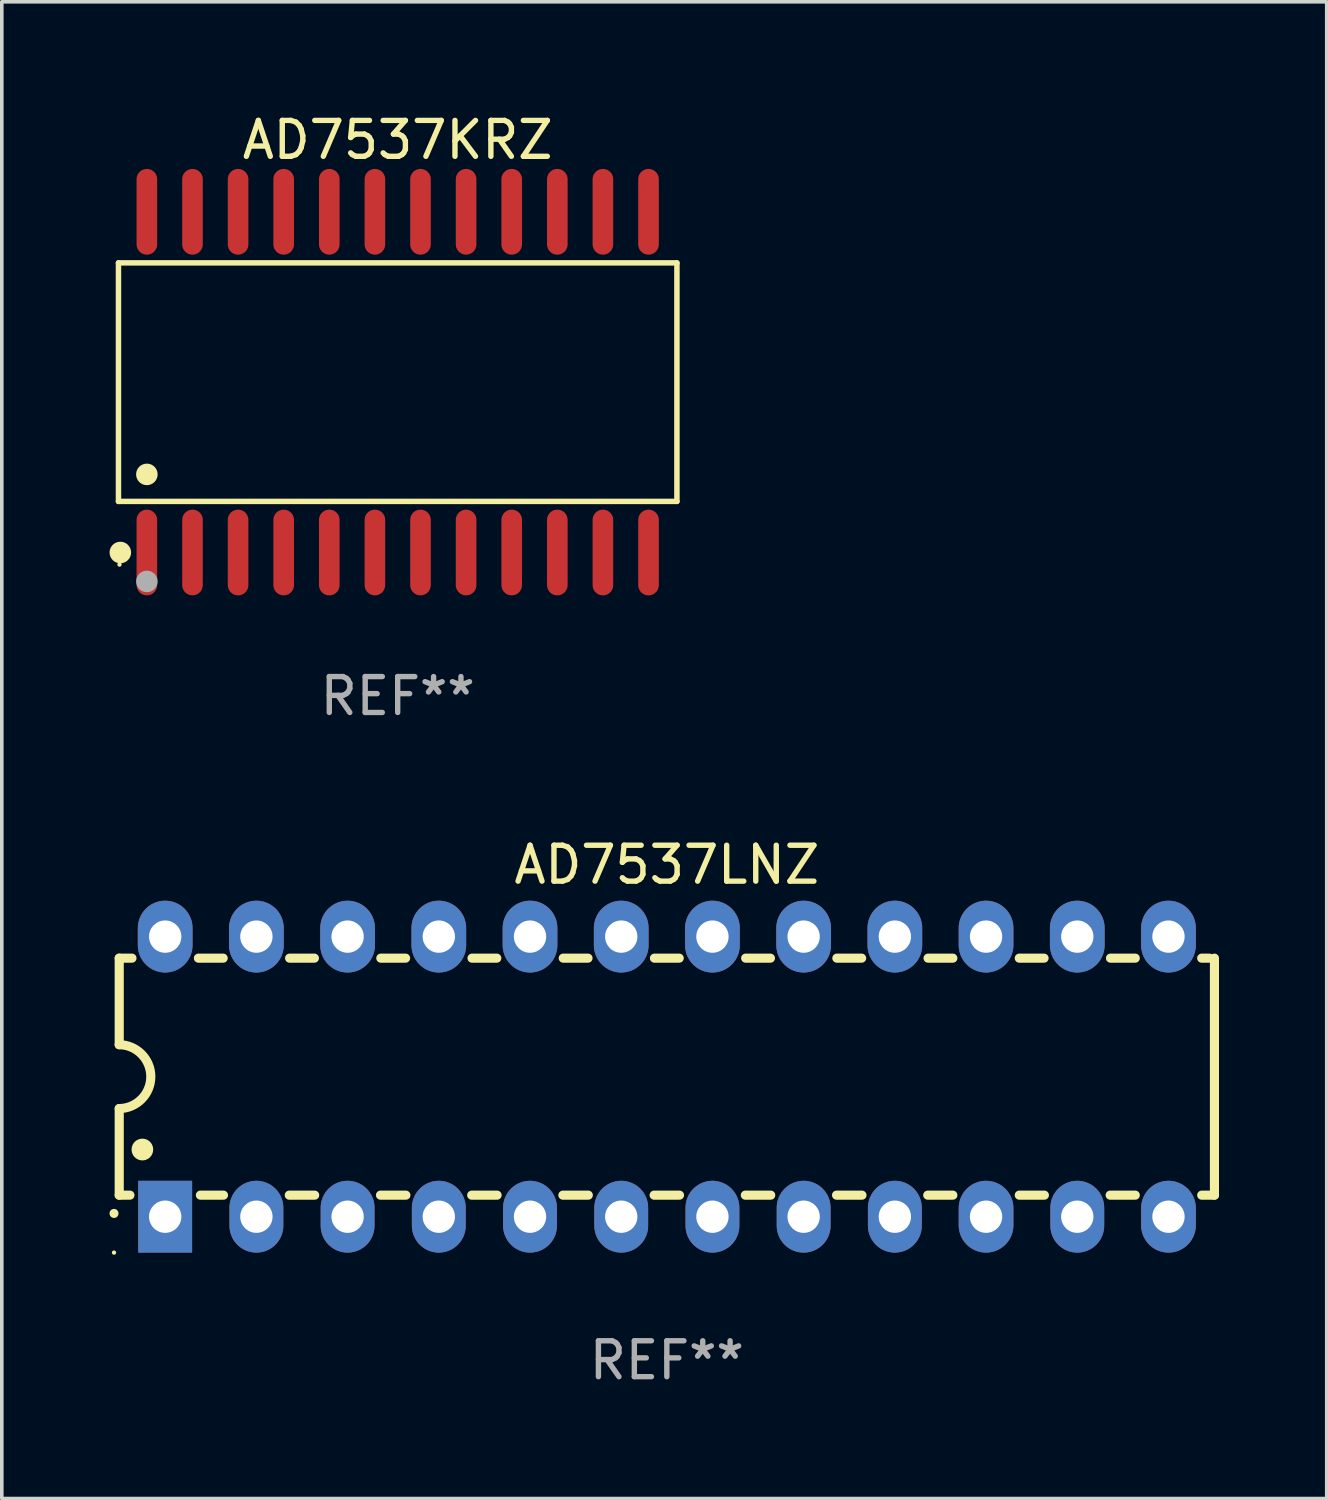
<source format=kicad_pcb>
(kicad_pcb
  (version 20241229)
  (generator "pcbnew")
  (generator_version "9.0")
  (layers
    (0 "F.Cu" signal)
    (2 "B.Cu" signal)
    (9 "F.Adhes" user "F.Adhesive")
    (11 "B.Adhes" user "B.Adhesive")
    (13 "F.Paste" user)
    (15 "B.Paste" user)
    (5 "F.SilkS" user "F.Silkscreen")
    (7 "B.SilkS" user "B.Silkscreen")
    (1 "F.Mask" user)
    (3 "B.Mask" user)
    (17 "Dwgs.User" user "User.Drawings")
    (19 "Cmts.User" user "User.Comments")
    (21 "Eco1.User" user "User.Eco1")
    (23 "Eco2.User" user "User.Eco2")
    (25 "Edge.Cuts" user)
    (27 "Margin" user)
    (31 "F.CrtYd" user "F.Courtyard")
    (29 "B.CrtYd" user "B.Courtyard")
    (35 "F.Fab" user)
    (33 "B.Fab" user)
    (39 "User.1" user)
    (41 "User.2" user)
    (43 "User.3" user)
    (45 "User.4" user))
  (footprint "AD7537LNZ"
    (layer "F.Cu")
    (at 15.52 26.933)
    (property "Reference" "AD7537LNZ" (at 0 -5.9 0) (layer "F.SilkS") (effects (font (size 1 1) (thickness 0.15))))
    (attr through_hole)
    (fp_line (start -15.25 -3.3) (end -15.25 -0.889) (stroke (width 0.254) (type solid)) (layer "F.SilkS"))
    (fp_line (start -15.25 -3.3) (end -14.895 -3.3) (stroke (width 0.254) (type solid)) (layer "F.SilkS"))
    (fp_line (start -15.25 3.3) (end -15.25 0.889) (stroke (width 0.254) (type solid)) (layer "F.SilkS"))
    (fp_line (start -15.25 3.3) (end -14.951 3.3) (stroke (width 0.254) (type solid)) (layer "F.SilkS"))
    (fp_line (start -13.045 -3.3) (end -12.355 -3.3) (stroke (width 0.254) (type solid)) (layer "F.SilkS"))
    (fp_line (start -12.989 3.3) (end -12.347 3.3) (stroke (width 0.254) (type solid)) (layer "F.SilkS"))
    (fp_line (start -10.514 3.3) (end -9.807 3.3) (stroke (width 0.254) (type solid)) (layer "F.SilkS"))
    (fp_line (start -10.505 -3.3) (end -9.815 -3.3) (stroke (width 0.254) (type solid)) (layer "F.SilkS"))
    (fp_line (start -7.974 3.3) (end -7.267 3.3) (stroke (width 0.254) (type solid)) (layer "F.SilkS"))
    (fp_line (start -7.965 -3.3) (end -7.275 -3.3) (stroke (width 0.254) (type solid)) (layer "F.SilkS"))
    (fp_line (start -5.434 3.3) (end -4.727 3.3) (stroke (width 0.254) (type solid)) (layer "F.SilkS"))
    (fp_line (start -5.425 -3.3) (end -4.735 -3.3) (stroke (width 0.254) (type solid)) (layer "F.SilkS"))
    (fp_line (start -2.894 3.3) (end -2.187 3.3) (stroke (width 0.254) (type solid)) (layer "F.SilkS"))
    (fp_line (start -2.885 -3.3) (end -2.195 -3.3) (stroke (width 0.254) (type solid)) (layer "F.SilkS"))
    (fp_line (start -0.354 3.3) (end 0.353 3.3) (stroke (width 0.254) (type solid)) (layer "F.SilkS"))
    (fp_line (start -0.345 -3.3) (end 0.345 -3.3) (stroke (width 0.254) (type solid)) (layer "F.SilkS"))
    (fp_line (start 2.186 3.3) (end 2.893 3.3) (stroke (width 0.254) (type solid)) (layer "F.SilkS"))
    (fp_line (start 2.195 -3.3) (end 2.885 -3.3) (stroke (width 0.254) (type solid)) (layer "F.SilkS"))
    (fp_line (start 4.726 3.3) (end 5.434 3.3) (stroke (width 0.254) (type solid)) (layer "F.SilkS"))
    (fp_line (start 4.735 -3.3) (end 5.425 -3.3) (stroke (width 0.254) (type solid)) (layer "F.SilkS"))
    (fp_line (start 7.266 3.3) (end 7.965 3.3) (stroke (width 0.254) (type solid)) (layer "F.SilkS"))
    (fp_line (start 7.275 -3.3) (end 7.965 -3.3) (stroke (width 0.254) (type solid)) (layer "F.SilkS"))
    (fp_line (start 9.815 -3.3) (end 10.505 -3.3) (stroke (width 0.254) (type solid)) (layer "F.SilkS"))
    (fp_line (start 9.815 3.3) (end 10.514 3.3) (stroke (width 0.254) (type solid)) (layer "F.SilkS"))
    (fp_line (start 12.346 3.3) (end 13.045 3.3) (stroke (width 0.254) (type solid)) (layer "F.SilkS"))
    (fp_line (start 12.355 -3.3) (end 13.045 -3.3) (stroke (width 0.254) (type solid)) (layer "F.SilkS"))
    (fp_line (start 14.895 -3.3) (end 15.113 -3.3) (stroke (width 0.254) (type solid)) (layer "F.SilkS"))
    (fp_line (start 14.895 3.3) (end 15.25 3.3) (stroke (width 0.254) (type solid)) (layer "F.SilkS"))
    (fp_line (start 15.25 -3.3) (end 15.25 3.3) (stroke (width 0.254) (type solid)) (layer "F.SilkS"))
    (fp_arc (start -15.394971 3.810033) (mid -15.394978 3.808763) (end -15.394971 3.807493) (stroke (width 0.25) (type solid)) (layer "F.SilkS"))
    (fp_arc (start -15.251053 -0.890146) (mid -14.361467 -0.001067) (end -15.250038 0.889027) (stroke (width 0.254001) (type solid)) (layer "F.SilkS"))
    (fp_arc (start -14.605029 2.032029) (mid -14.60504 2.029489) (end -14.605029 2.026949) (stroke (width 0.6) (type solid)) (layer "F.SilkS"))
    (fp_circle (center -15.395 4.9) (end -15.365 4.9) (stroke (width 0.06) (type solid)) (fill no) (layer "F.SilkS"))
    (fp_text user "REF**" (at 0 7.9 0) (layer "F.Fab") (effects (font (size 1 1) (thickness 0.15))))
    (pad "1" thru_hole rect (at -13.97 3.9 90) (size 2 1.5) (drill 0.9) (layers "*.Cu" "*.Mask"))
    (pad "2" thru_hole oval (at -11.43 3.9 90) (size 2 1.5) (drill 0.9) (layers "*.Cu" "*.Mask"))
    (pad "3" thru_hole oval (at -8.89 3.9 90) (size 2 1.5) (drill 0.9) (layers "*.Cu" "*.Mask"))
    (pad "4" thru_hole oval (at -6.35 3.9 90) (size 2 1.5) (drill 0.9) (layers "*.Cu" "*.Mask"))
    (pad "5" thru_hole oval (at -3.81 3.9 90) (size 2 1.5) (drill 0.9) (layers "*.Cu" "*.Mask"))
    (pad "6" thru_hole oval (at -1.27 3.9 90) (size 2 1.5) (drill 0.9) (layers "*.Cu" "*.Mask"))
    (pad "7" thru_hole oval (at 1.27 3.9 90) (size 2 1.5) (drill 0.9) (layers "*.Cu" "*.Mask"))
    (pad "8" thru_hole oval (at 3.81 3.9 90) (size 2 1.5) (drill 0.9) (layers "*.Cu" "*.Mask"))
    (pad "9" thru_hole oval (at 6.35 3.9 90) (size 2 1.5) (drill 0.9) (layers "*.Cu" "*.Mask"))
    (pad "10" thru_hole oval (at 8.89 3.9 90) (size 2 1.524) (drill 0.9) (layers "*.Cu" "*.Mask"))
    (pad "11" thru_hole oval (at 11.43 3.9 90) (size 2 1.5) (drill 0.9) (layers "*.Cu" "*.Mask"))
    (pad "12" thru_hole oval (at 13.97 3.9 90) (size 2 1.524) (drill 0.9) (layers "*.Cu" "*.Mask"))
    (pad "13" thru_hole oval (at 13.97 -3.9 90) (size 2 1.524) (drill 0.9) (layers "*.Cu" "*.Mask"))
    (pad "14" thru_hole oval (at 11.43 -3.9 90) (size 2 1.524) (drill 0.9) (layers "*.Cu" "*.Mask"))
    (pad "15" thru_hole oval (at 8.89 -3.9 90) (size 2 1.524) (drill 0.9) (layers "*.Cu" "*.Mask"))
    (pad "16" thru_hole oval (at 6.35 -3.9 90) (size 2 1.524) (drill 0.9) (layers "*.Cu" "*.Mask"))
    (pad "17" thru_hole oval (at 3.81 -3.9 90) (size 2 1.524) (drill 0.9) (layers "*.Cu" "*.Mask"))
    (pad "18" thru_hole oval (at 1.27 -3.9 90) (size 2 1.524) (drill 0.9) (layers "*.Cu" "*.Mask"))
    (pad "19" thru_hole oval (at -1.27 -3.9 90) (size 2 1.524) (drill 0.9) (layers "*.Cu" "*.Mask"))
    (pad "20" thru_hole oval (at -3.81 -3.9 90) (size 2 1.524) (drill 0.9) (layers "*.Cu" "*.Mask"))
    (pad "21" thru_hole oval (at -6.35 -3.9 90) (size 2 1.524) (drill 0.9) (layers "*.Cu" "*.Mask"))
    (pad "22" thru_hole oval (at -8.89 -3.9 90) (size 2 1.524) (drill 0.9) (layers "*.Cu" "*.Mask"))
    (pad "23" thru_hole oval (at -11.43 -3.9 90) (size 2 1.524) (drill 0.9) (layers "*.Cu" "*.Mask"))
    (pad "24" thru_hole oval (at -13.97 -3.9 90) (size 2 1.524) (drill 0.9) (layers "*.Cu" "*.Mask")))
  (footprint "AD7537KRZ"
    (layer "F.Cu")
    (at 8.025 7.592)
    (property "Reference" "AD7537KRZ" (at 0 -6.744 0) (layer "F.SilkS") (effects (font (size 1 1) (thickness 0.15))))
    (attr through_hole)
    (fp_line (start -7.776 -3.321) (end 7.776 -3.321) (stroke (width 0.152) (type solid)) (layer "F.SilkS"))
    (fp_line (start -7.776 3.321) (end -7.776 -3.321) (stroke (width 0.152) (type solid)) (layer "F.SilkS"))
    (fp_line (start 7.776 -3.321) (end 7.776 3.321) (stroke (width 0.152) (type solid)) (layer "F.SilkS"))
    (fp_line (start 7.776 3.321) (end -7.776 3.321) (stroke (width 0.152) (type solid)) (layer "F.SilkS"))
    (fp_circle (center -7.747 5.08) (end -7.717 5.08) (stroke (width 0.06) (type solid)) (fill no) (layer "F.SilkS"))
    (fp_circle (center -7.724 4.744) (end -7.574 4.744) (stroke (width 0.3) (type solid)) (fill no) (layer "F.SilkS"))
    (fp_circle (center -6.985 2.569) (end -6.835 2.569) (stroke (width 0.3) (type solid)) (fill no) (layer "F.SilkS"))
    (fp_circle (center -6.985 5.55) (end -6.835 5.55) (stroke (width 0.3) (type solid)) (fill no) (layer "F.Fab"))
    (fp_text user "REF**" (at 0 8.744 0) (layer "F.Fab") (effects (font (size 1 1) (thickness 0.15))))
    (pad "1" smd oval (at -6.985 4.744) (size 0.574 2.388) (layers "F.Cu" "F.Mask" "F.Paste"))
    (pad "2" smd oval (at -5.715 4.744) (size 0.574 2.388) (layers "F.Cu" "F.Mask" "F.Paste"))
    (pad "3" smd oval (at -4.445 4.744) (size 0.574 2.388) (layers "F.Cu" "F.Mask" "F.Paste"))
    (pad "4" smd oval (at -3.175 4.744) (size 0.574 2.388) (layers "F.Cu" "F.Mask" "F.Paste"))
    (pad "5" smd oval (at -1.905 4.744) (size 0.574 2.388) (layers "F.Cu" "F.Mask" "F.Paste"))
    (pad "6" smd oval (at -0.635 4.744) (size 0.574 2.388) (layers "F.Cu" "F.Mask" "F.Paste"))
    (pad "7" smd oval (at 0.635 4.744) (size 0.574 2.388) (layers "F.Cu" "F.Mask" "F.Paste"))
    (pad "8" smd oval (at 1.905 4.744) (size 0.574 2.388) (layers "F.Cu" "F.Mask" "F.Paste"))
    (pad "9" smd oval (at 3.175 4.744) (size 0.574 2.388) (layers "F.Cu" "F.Mask" "F.Paste"))
    (pad "10" smd oval (at 4.445 4.744) (size 0.574 2.388) (layers "F.Cu" "F.Mask" "F.Paste"))
    (pad "11" smd oval (at 5.715 4.744) (size 0.574 2.388) (layers "F.Cu" "F.Mask" "F.Paste"))
    (pad "12" smd oval (at 6.985 4.744) (size 0.574 2.388) (layers "F.Cu" "F.Mask" "F.Paste"))
    (pad "13" smd oval (at 6.985 -4.744) (size 0.574 2.388) (layers "F.Cu" "F.Mask" "F.Paste"))
    (pad "14" smd oval (at 5.715 -4.744) (size 0.574 2.388) (layers "F.Cu" "F.Mask" "F.Paste"))
    (pad "15" smd oval (at 4.445 -4.744) (size 0.574 2.388) (layers "F.Cu" "F.Mask" "F.Paste"))
    (pad "16" smd oval (at 3.175 -4.744) (size 0.574 2.388) (layers "F.Cu" "F.Mask" "F.Paste"))
    (pad "17" smd oval (at 1.905 -4.744) (size 0.574 2.388) (layers "F.Cu" "F.Mask" "F.Paste"))
    (pad "18" smd oval (at 0.635 -4.744) (size 0.574 2.388) (layers "F.Cu" "F.Mask" "F.Paste"))
    (pad "19" smd oval (at -0.635 -4.744) (size 0.574 2.388) (layers "F.Cu" "F.Mask" "F.Paste"))
    (pad "20" smd oval (at -1.905 -4.744) (size 0.574 2.388) (layers "F.Cu" "F.Mask" "F.Paste"))
    (pad "21" smd oval (at -3.175 -4.744) (size 0.574 2.388) (layers "F.Cu" "F.Mask" "F.Paste"))
    (pad "22" smd oval (at -4.445 -4.744) (size 0.574 2.388) (layers "F.Cu" "F.Mask" "F.Paste"))
    (pad "23" smd oval (at -5.715 -4.744) (size 0.574 2.388) (layers "F.Cu" "F.Mask" "F.Paste"))
    (pad "24" smd oval (at -6.985 -4.744) (size 0.574 2.388) (layers "F.Cu" "F.Mask" "F.Paste")))
  (gr_rect
    (start -3 -3)
    (end 33.897 38.681)
    (stroke (width 0.1) (type default))
    (fill no)
    (layer "Edge.Cuts")))
</source>
